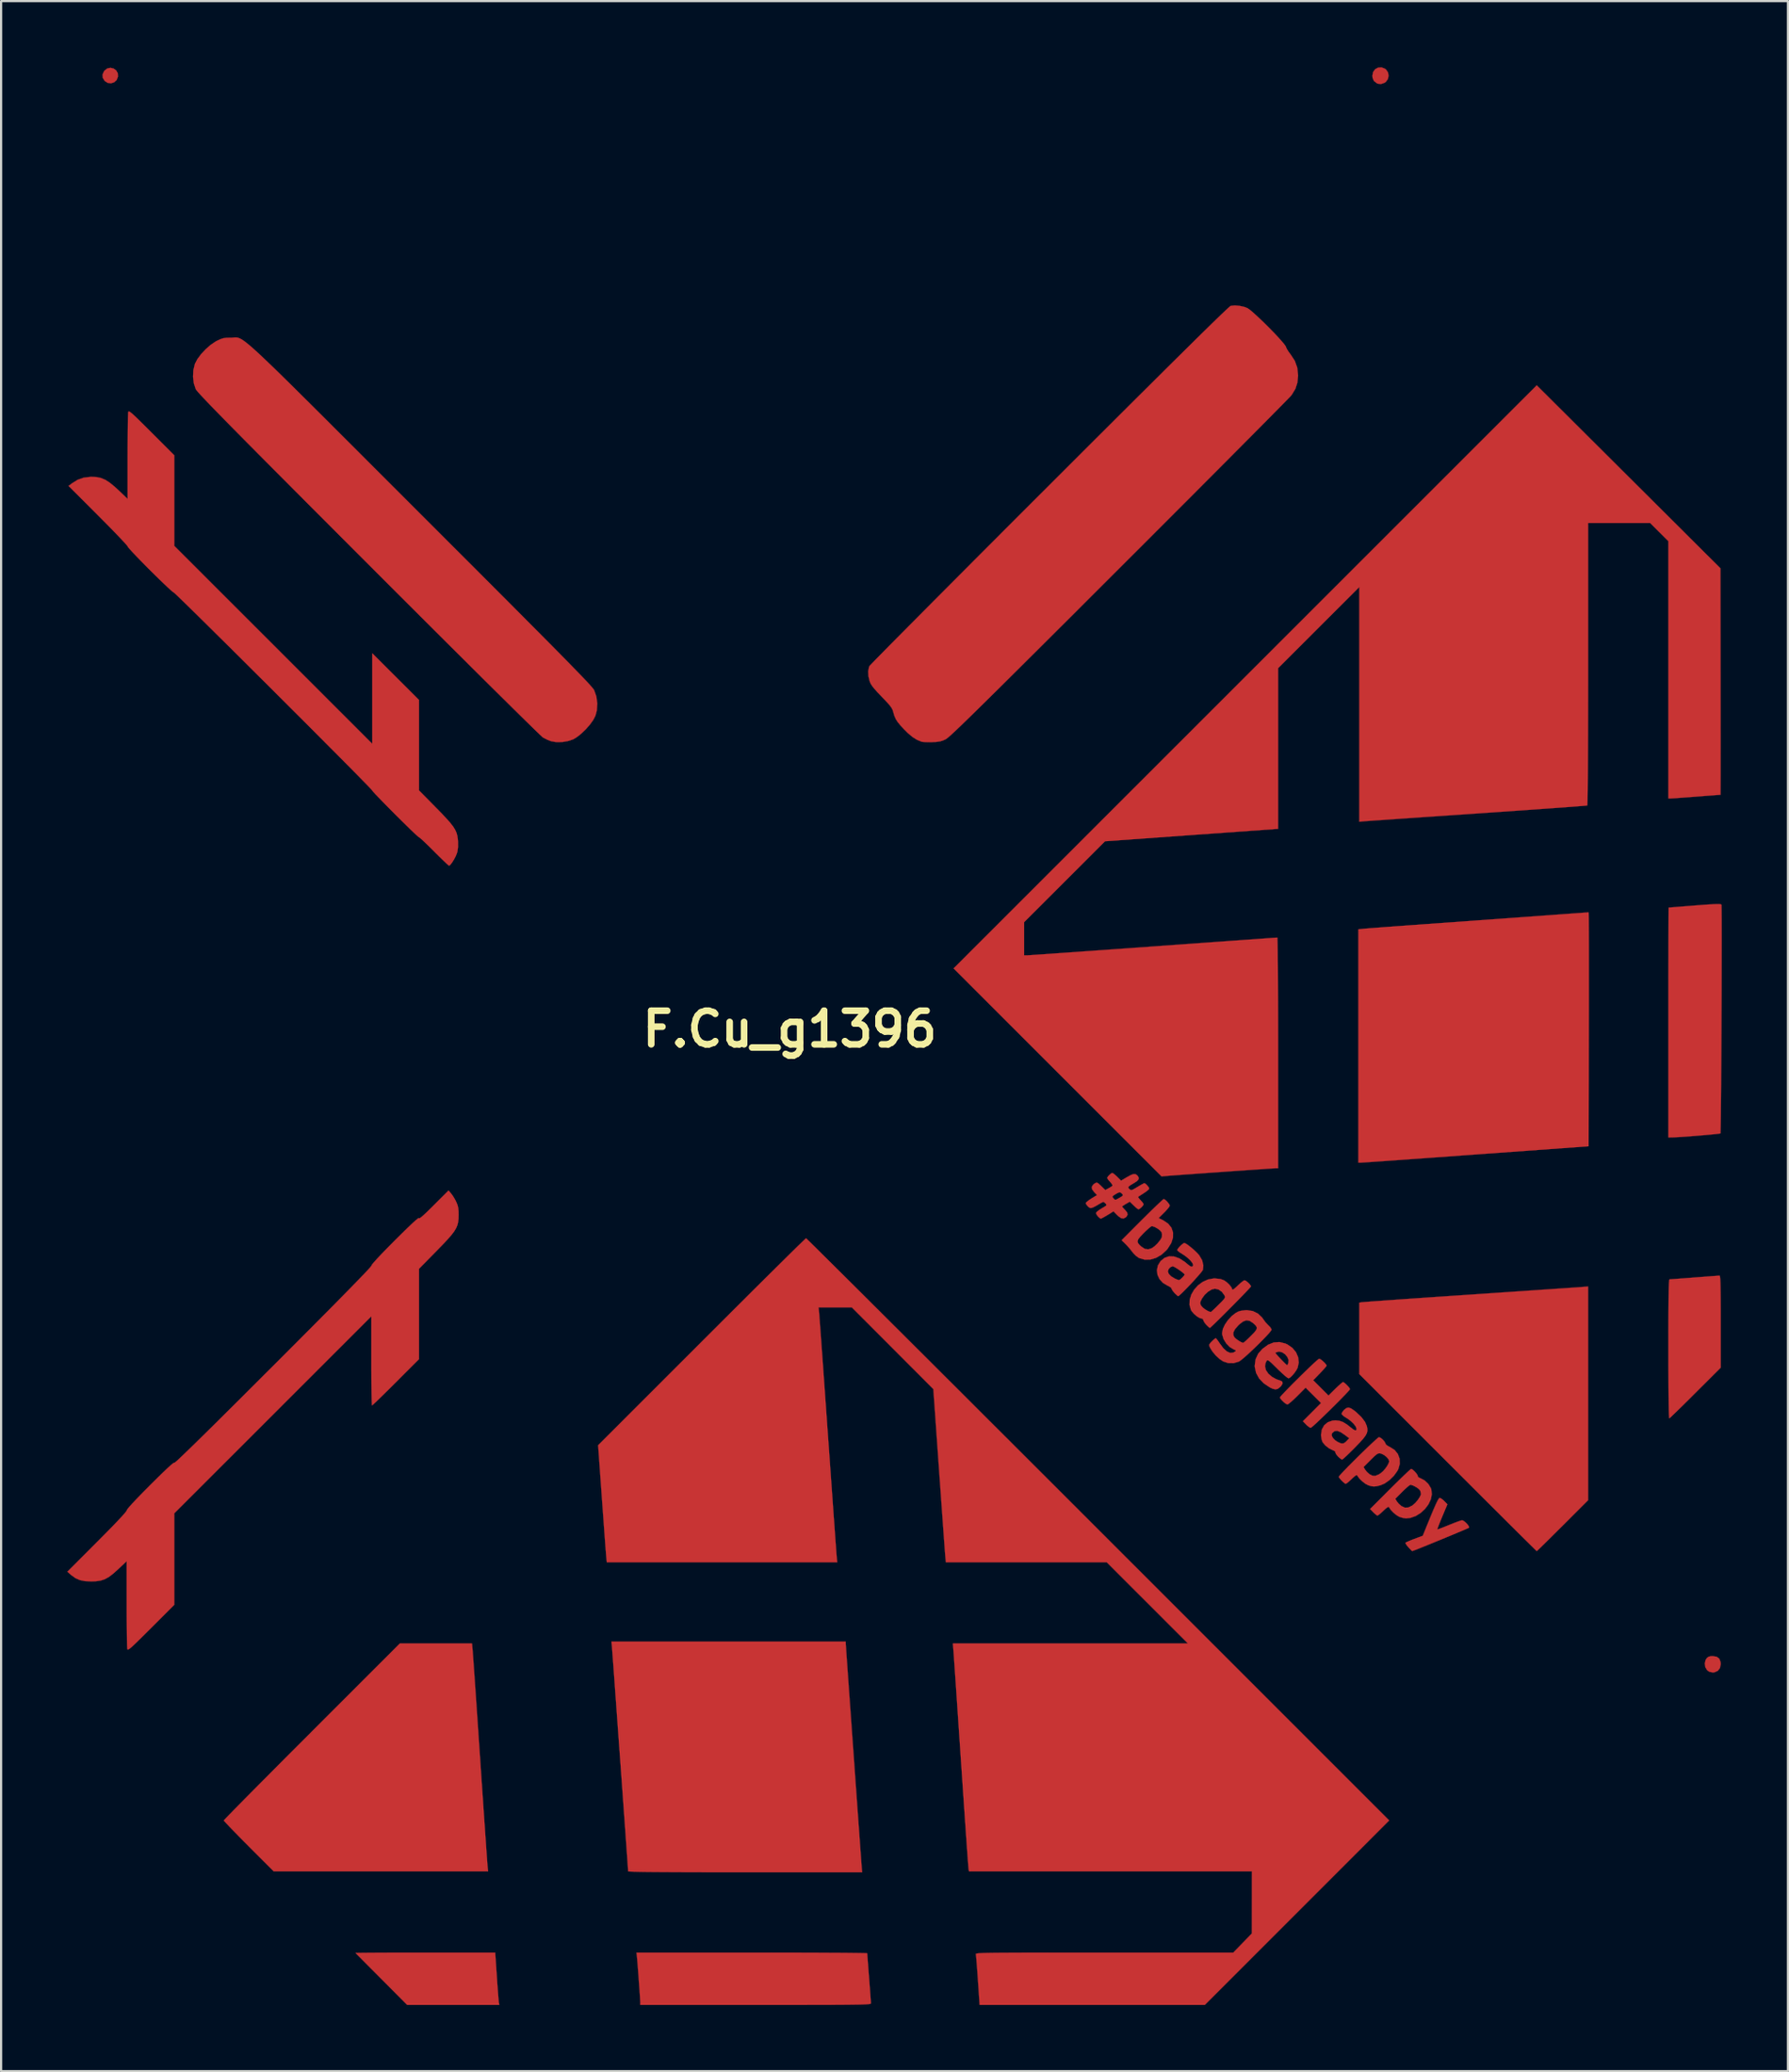
<source format=kicad_pcb>
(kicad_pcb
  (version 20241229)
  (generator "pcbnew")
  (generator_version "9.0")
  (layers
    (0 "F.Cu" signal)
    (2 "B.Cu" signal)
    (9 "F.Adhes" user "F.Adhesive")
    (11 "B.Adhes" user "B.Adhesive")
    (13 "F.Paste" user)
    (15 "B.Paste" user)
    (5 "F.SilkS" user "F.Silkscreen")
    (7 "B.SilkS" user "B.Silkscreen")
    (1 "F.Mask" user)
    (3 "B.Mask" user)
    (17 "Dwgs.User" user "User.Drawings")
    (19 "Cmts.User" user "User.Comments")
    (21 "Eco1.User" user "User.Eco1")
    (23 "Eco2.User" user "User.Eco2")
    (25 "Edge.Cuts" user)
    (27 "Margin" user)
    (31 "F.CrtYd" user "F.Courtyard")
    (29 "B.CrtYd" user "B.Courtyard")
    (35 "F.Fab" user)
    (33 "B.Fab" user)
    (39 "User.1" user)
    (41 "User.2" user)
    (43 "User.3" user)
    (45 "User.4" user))
  (footprint "F.Cu_g1396"
    (layer "F.Cu")
    (at 32.75 43.607)
    (property "Reference" "F.Cu_g1396" (at 0 0 0) (layer "F.SilkS") (effects (font (size 1.524 1.524) (thickness 0.3))))
    (attr through_hole)
    (fp_poly (pts (xy -30.649 -43.549) (xy -30.535 -43.466) (xy -30.463 -43.341) (xy -30.453 -43.183) (xy -30.514 -43.029) (xy -30.626 -42.926) (xy -30.768 -42.881) (xy -30.919 -42.901) (xy -31.053 -42.988) (xy -31.14 -43.127) (xy -31.149 -43.281) (xy -31.078 -43.435) (xy -31.057 -43.461) (xy -30.93 -43.556) (xy -30.787 -43.582) (xy -30.649 -43.549)) (stroke (width 0.01) (type solid)) (fill yes) (layer "F.Cu"))
    (fp_poly (pts (xy 26.984 -43.543) (xy 27.03 -43.508) (xy 27.121 -43.381) (xy 27.149 -43.227) (xy 27.118 -43.075) (xy 27.03 -42.949) (xy 26.965 -42.904) (xy 26.806 -42.848) (xy 26.666 -42.863) (xy 26.607 -42.89) (xy 26.483 -42.989) (xy 26.425 -43.126) (xy 26.416 -43.232) (xy 26.451 -43.399) (xy 26.545 -43.522) (xy 26.677 -43.592) (xy 26.83 -43.602) (xy 26.984 -43.543)) (stroke (width 0.01) (type solid)) (fill yes) (layer "F.Cu"))
    (fp_poly (pts (xy 42.024 28.455) (xy 42.14 28.542) (xy 42.198 28.689) (xy 42.206 28.793) (xy 42.171 28.967) (xy 42.073 29.094) (xy 41.924 29.16) (xy 41.846 29.168) (xy 41.685 29.133) (xy 41.591 29.064) (xy 41.509 28.927) (xy 41.485 28.761) (xy 41.523 28.6) (xy 41.568 28.527) (xy 41.642 28.461) (xy 41.744 28.431) (xy 41.846 28.427) (xy 42.024 28.455)) (stroke (width 0.01) (type solid)) (fill yes) (layer "F.Cu"))
    (fp_poly (pts (xy -13.277 42.958) (xy -13.257 43.258) (xy -13.237 43.533) (xy -13.218 43.773) (xy -13.203 43.963) (xy -13.191 44.091) (xy -13.184 44.143) (xy -13.164 44.238) (xy -17.342 44.238) (xy -18.503 43.072) (xy -18.76 42.813) (xy -18.999 42.573) (xy -19.212 42.359) (xy -19.393 42.176) (xy -19.536 42.033) (xy -19.633 41.935) (xy -19.679 41.889) (xy -19.681 41.886) (xy -19.643 41.883) (xy -19.527 41.88) (xy -19.338 41.878) (xy -19.085 41.875) (xy -18.773 41.873) (xy -18.409 41.871) (xy -17.999 41.87) (xy -17.55 41.869) (xy -17.068 41.868) (xy -16.56 41.868) (xy -16.525 41.868) (xy -13.351 41.868) (xy -13.277 42.958)) (stroke (width 0.01) (type solid)) (fill yes) (layer "F.Cu"))
    (fp_poly (pts (xy 42.166 11.193) (xy 42.176 11.247) (xy 42.185 11.344) (xy 42.192 11.49) (xy 42.197 11.69) (xy 42.201 11.951) (xy 42.204 12.278) (xy 42.206 12.677) (xy 42.206 13.154) (xy 42.206 13.263) (xy 42.206 15.349) (xy 41.062 16.491) (xy 40.806 16.746) (xy 40.567 16.983) (xy 40.353 17.193) (xy 40.17 17.371) (xy 40.026 17.51) (xy 39.927 17.604) (xy 39.879 17.645) (xy 39.877 17.646) (xy 39.869 17.607) (xy 39.861 17.485) (xy 39.854 17.281) (xy 39.849 16.998) (xy 39.844 16.635) (xy 39.84 16.196) (xy 39.838 15.682) (xy 39.836 15.094) (xy 39.836 14.503) (xy 39.836 13.888) (xy 39.837 13.353) (xy 39.838 12.893) (xy 39.841 12.503) (xy 39.844 12.179) (xy 39.848 11.916) (xy 39.853 11.709) (xy 39.859 11.554) (xy 39.866 11.445) (xy 39.874 11.378) (xy 39.884 11.348) (xy 39.889 11.345) (xy 39.944 11.342) (xy 40.071 11.333) (xy 40.26 11.319) (xy 40.497 11.301) (xy 40.77 11.281) (xy 41.021 11.261) (xy 41.316 11.238) (xy 41.585 11.218) (xy 41.815 11.2) (xy 41.995 11.187) (xy 42.112 11.179) (xy 42.153 11.176) (xy 42.166 11.193)) (stroke (width 0.01) (type solid)) (fill yes) (layer "F.Cu"))
    (fp_poly (pts (xy -14.376 28.141) (xy -14.369 28.221) (xy -14.358 28.38) (xy -14.341 28.612) (xy -14.32 28.91) (xy -14.295 29.27) (xy -14.266 29.685) (xy -14.234 30.15) (xy -14.199 30.658) (xy -14.162 31.204) (xy -14.123 31.781) (xy -14.082 32.386) (xy -14.039 33.01) (xy -14.034 33.084) (xy -13.992 33.708) (xy -13.951 34.312) (xy -13.911 34.89) (xy -13.874 35.436) (xy -13.839 35.944) (xy -13.807 36.408) (xy -13.778 36.823) (xy -13.753 37.183) (xy -13.732 37.482) (xy -13.715 37.715) (xy -13.703 37.875) (xy -13.697 37.958) (xy -13.696 37.962) (xy -13.673 38.185) (xy -23.39 38.185) (xy -24.522 37.052) (xy -24.776 36.797) (xy -25.01 36.559) (xy -25.218 36.346) (xy -25.393 36.165) (xy -25.528 36.022) (xy -25.617 35.925) (xy -25.653 35.879) (xy -25.654 35.877) (xy -25.625 35.843) (xy -25.539 35.752) (xy -25.4 35.608) (xy -25.212 35.415) (xy -24.977 35.177) (xy -24.7 34.896) (xy -24.384 34.577) (xy -24.033 34.222) (xy -23.649 33.836) (xy -23.237 33.421) (xy -22.799 32.982) (xy -22.34 32.522) (xy -21.862 32.044) (xy -21.664 31.845) (xy -17.674 27.855) (xy -14.402 27.855) (xy -14.376 28.141)) (stroke (width 0.01) (type solid)) (fill yes) (layer "F.Cu"))
    (fp_poly (pts (xy 36.195 21.358) (xy 35.041 22.511) (xy 34.784 22.767) (xy 34.546 23.004) (xy 34.333 23.214) (xy 34.153 23.392) (xy 34.01 23.53) (xy 33.914 23.623) (xy 33.869 23.663) (xy 33.866 23.664) (xy 33.834 23.635) (xy 33.746 23.549) (xy 33.605 23.41) (xy 33.415 23.222) (xy 33.178 22.988) (xy 32.899 22.711) (xy 32.582 22.395) (xy 32.228 22.043) (xy 31.843 21.659) (xy 31.429 21.247) (xy 30.991 20.809) (xy 30.531 20.349) (xy 30.052 19.871) (xy 29.834 19.653) (xy 25.823 15.642) (xy 25.823 12.405) (xy 25.919 12.386) (xy 25.973 12.38) (xy 26.106 12.37) (xy 26.312 12.354) (xy 26.587 12.334) (xy 26.924 12.31) (xy 27.319 12.282) (xy 27.765 12.25) (xy 28.257 12.216) (xy 28.79 12.179) (xy 29.359 12.14) (xy 29.957 12.099) (xy 30.579 12.057) (xy 30.776 12.044) (xy 31.411 12.001) (xy 32.026 11.959) (xy 32.616 11.919) (xy 33.176 11.881) (xy 33.7 11.845) (xy 34.181 11.812) (xy 34.614 11.783) (xy 34.993 11.757) (xy 35.312 11.735) (xy 35.566 11.718) (xy 35.749 11.705) (xy 35.854 11.697) (xy 35.867 11.696) (xy 36.195 11.671) (xy 36.195 21.358)) (stroke (width 0.01) (type solid)) (fill yes) (layer "F.Cu"))
    (fp_poly (pts (xy 29.533 21.28) (xy 29.627 21.352) (xy 29.674 21.398) (xy 29.816 21.544) (xy 29.58 22.107) (xy 29.497 22.307) (xy 29.429 22.478) (xy 29.381 22.606) (xy 29.359 22.675) (xy 29.358 22.683) (xy 29.4 22.673) (xy 29.505 22.636) (xy 29.658 22.577) (xy 29.845 22.501) (xy 29.892 22.482) (xy 30.091 22.402) (xy 30.265 22.336) (xy 30.399 22.289) (xy 30.474 22.268) (xy 30.48 22.267) (xy 30.551 22.294) (xy 30.637 22.362) (xy 30.721 22.448) (xy 30.782 22.533) (xy 30.8 22.594) (xy 30.795 22.605) (xy 30.75 22.627) (xy 30.638 22.677) (xy 30.47 22.748) (xy 30.259 22.837) (xy 30.014 22.94) (xy 29.748 23.05) (xy 29.472 23.164) (xy 29.197 23.276) (xy 28.936 23.383) (xy 28.698 23.479) (xy 28.496 23.56) (xy 28.342 23.62) (xy 28.245 23.656) (xy 28.219 23.664) (xy 28.185 23.636) (xy 28.113 23.562) (xy 28.049 23.493) (xy 27.967 23.393) (xy 27.92 23.317) (xy 27.915 23.289) (xy 27.962 23.26) (xy 28.069 23.212) (xy 28.219 23.15) (xy 28.317 23.113) (xy 28.699 22.971) (xy 29.05 22.111) (xy 29.182 21.793) (xy 29.288 21.552) (xy 29.369 21.384) (xy 29.428 21.285) (xy 29.466 21.252) (xy 29.466 21.252) (xy 29.533 21.28)) (stroke (width 0.01) (type solid)) (fill yes) (layer "F.Cu"))
    (fp_poly (pts (xy -1.057 41.868) (xy -0.423 41.869) (xy 0.182 41.87) (xy 0.753 41.871) (xy 1.284 41.873) (xy 1.772 41.876) (xy 2.209 41.878) (xy 2.593 41.881) (xy 2.917 41.885) (xy 3.176 41.888) (xy 3.365 41.892) (xy 3.479 41.896) (xy 3.514 41.899) (xy 3.517 41.949) (xy 3.526 42.071) (xy 3.54 42.254) (xy 3.557 42.487) (xy 3.578 42.757) (xy 3.598 43.011) (xy 3.621 43.307) (xy 3.641 43.579) (xy 3.659 43.813) (xy 3.672 43.997) (xy 3.68 44.119) (xy 3.683 44.164) (xy 3.679 44.175) (xy 3.667 44.185) (xy 3.64 44.194) (xy 3.596 44.202) (xy 3.529 44.208) (xy 3.435 44.214) (xy 3.31 44.219) (xy 3.149 44.224) (xy 2.948 44.227) (xy 2.703 44.23) (xy 2.409 44.233) (xy 2.061 44.235) (xy 1.657 44.236) (xy 1.19 44.237) (xy 0.657 44.238) (xy 0.053 44.238) (xy -0.625 44.238) (xy -1.384 44.238) (xy -1.545 44.238) (xy -6.773 44.238) (xy -6.773 44.122) (xy -6.777 44.043) (xy -6.785 43.895) (xy -6.798 43.693) (xy -6.815 43.454) (xy -6.834 43.193) (xy -6.853 42.925) (xy -6.873 42.666) (xy -6.891 42.432) (xy -6.907 42.237) (xy -6.92 42.099) (xy -6.921 42.09) (xy -6.943 41.868) (xy -1.715 41.868) (xy -1.057 41.868)) (stroke (width 0.01) (type solid)) (fill yes) (layer "F.Cu"))
    (fp_poly (pts (xy 36.219 -5.25) (xy 36.221 -5.129) (xy 36.223 -4.933) (xy 36.225 -4.668) (xy 36.227 -4.339) (xy 36.228 -3.95) (xy 36.229 -3.507) (xy 36.229 -3.015) (xy 36.229 -2.478) (xy 36.229 -1.902) (xy 36.229 -1.293) (xy 36.228 -0.654) (xy 36.227 0.008) (xy 36.227 0.01) (xy 36.216 5.311) (xy 31.136 5.68) (xy 30.486 5.727) (xy 29.857 5.773) (xy 29.256 5.816) (xy 28.687 5.857) (xy 28.156 5.895) (xy 27.669 5.93) (xy 27.23 5.961) (xy 26.845 5.988) (xy 26.519 6.011) (xy 26.259 6.029) (xy 26.068 6.042) (xy 25.952 6.049) (xy 25.919 6.051) (xy 25.781 6.054) (xy 25.781 -4.524) (xy 26.003 -4.548) (xy 26.09 -4.556) (xy 26.251 -4.569) (xy 26.478 -4.586) (xy 26.762 -4.608) (xy 27.094 -4.633) (xy 27.464 -4.66) (xy 27.862 -4.689) (xy 28.28 -4.719) (xy 28.3 -4.72) (xy 28.726 -4.751) (xy 29.222 -4.786) (xy 29.772 -4.826) (xy 30.361 -4.868) (xy 30.974 -4.913) (xy 31.597 -4.958) (xy 32.212 -5.002) (xy 32.807 -5.045) (xy 33.285 -5.08) (xy 33.773 -5.115) (xy 34.236 -5.149) (xy 34.667 -5.18) (xy 35.059 -5.209) (xy 35.406 -5.234) (xy 35.699 -5.255) (xy 35.934 -5.272) (xy 36.102 -5.284) (xy 36.197 -5.29) (xy 36.217 -5.292) (xy 36.219 -5.25)) (stroke (width 0.01) (type solid)) (fill yes) (layer "F.Cu"))
    (fp_poly (pts (xy 24.068 14.972) (xy 24.159 15.042) (xy 24.251 15.129) (xy 24.32 15.211) (xy 24.342 15.257) (xy 24.314 15.3) (xy 24.239 15.389) (xy 24.129 15.509) (xy 24.037 15.606) (xy 23.732 15.92) (xy 24.079 16.267) (xy 24.426 16.614) (xy 24.734 16.308) (xy 24.867 16.18) (xy 24.98 16.079) (xy 25.059 16.016) (xy 25.086 16.002) (xy 25.141 16.031) (xy 25.224 16.103) (xy 25.311 16.192) (xy 25.378 16.275) (xy 25.4 16.322) (xy 25.371 16.365) (xy 25.289 16.458) (xy 25.165 16.59) (xy 25.007 16.753) (xy 24.825 16.937) (xy 24.628 17.133) (xy 24.426 17.333) (xy 24.227 17.526) (xy 24.042 17.703) (xy 23.879 17.857) (xy 23.748 17.976) (xy 23.658 18.052) (xy 23.619 18.076) (xy 23.553 18.048) (xy 23.459 17.975) (xy 23.41 17.927) (xy 23.265 17.778) (xy 24.088 16.953) (xy 23.738 16.604) (xy 23.387 16.256) (xy 23.008 16.637) (xy 22.859 16.782) (xy 22.727 16.901) (xy 22.624 16.984) (xy 22.565 17.018) (xy 22.562 17.018) (xy 22.497 16.989) (xy 22.406 16.919) (xy 22.314 16.83) (xy 22.245 16.747) (xy 22.225 16.701) (xy 22.254 16.657) (xy 22.335 16.565) (xy 22.46 16.433) (xy 22.617 16.27) (xy 22.799 16.085) (xy 22.996 15.889) (xy 23.198 15.689) (xy 23.396 15.496) (xy 23.581 15.318) (xy 23.744 15.164) (xy 23.875 15.045) (xy 23.965 14.968) (xy 24.004 14.944) (xy 24.068 14.972)) (stroke (width 0.01) (type solid)) (fill yes) (layer "F.Cu"))
    (fp_poly (pts (xy 17.021 7.736) (xy 17.104 7.812) (xy 17.18 7.904) (xy 17.226 7.984) (xy 17.23 8.005) (xy 17.201 8.062) (xy 17.125 8.158) (xy 17.017 8.277) (xy 16.977 8.317) (xy 16.725 8.567) (xy 16.945 8.676) (xy 17.162 8.824) (xy 17.307 9.008) (xy 17.379 9.221) (xy 17.376 9.454) (xy 17.297 9.698) (xy 17.142 9.947) (xy 17.083 10.019) (xy 16.858 10.226) (xy 16.609 10.37) (xy 16.35 10.447) (xy 16.094 10.453) (xy 15.853 10.384) (xy 15.821 10.368) (xy 15.699 10.281) (xy 15.577 10.158) (xy 15.536 10.106) (xy 15.43 9.97) (xy 15.3 9.821) (xy 15.23 9.748) (xy 15.096 9.615) (xy 15.769 9.615) (xy 15.789 9.698) (xy 15.861 9.786) (xy 15.942 9.861) (xy 16.099 9.963) (xy 16.254 9.985) (xy 16.42 9.93) (xy 16.539 9.846) (xy 16.667 9.723) (xy 16.781 9.586) (xy 16.858 9.461) (xy 16.874 9.417) (xy 16.878 9.293) (xy 16.856 9.206) (xy 16.789 9.127) (xy 16.675 9.041) (xy 16.546 8.97) (xy 16.434 8.934) (xy 16.415 8.932) (xy 16.364 8.961) (xy 16.269 9.038) (xy 16.146 9.15) (xy 16.049 9.245) (xy 15.897 9.404) (xy 15.804 9.522) (xy 15.769 9.615) (xy 15.096 9.615) (xy 15.05 9.569) (xy 15.98 8.637) (xy 16.212 8.407) (xy 16.425 8.197) (xy 16.612 8.016) (xy 16.767 7.869) (xy 16.88 7.765) (xy 16.945 7.711) (xy 16.957 7.705) (xy 17.021 7.736)) (stroke (width 0.01) (type solid)) (fill yes) (layer "F.Cu"))
    (fp_poly (pts (xy 42.142 -5.667) (xy 42.204 -5.66) (xy 42.234 -5.646) (xy 42.238 -5.639) (xy 42.242 -5.588) (xy 42.244 -5.46) (xy 42.246 -5.259) (xy 42.248 -4.994) (xy 42.249 -4.669) (xy 42.25 -4.291) (xy 42.25 -3.867) (xy 42.249 -3.403) (xy 42.248 -2.904) (xy 42.247 -2.378) (xy 42.246 -1.831) (xy 42.244 -1.268) (xy 42.241 -0.696) (xy 42.239 -0.122) (xy 42.236 0.449) (xy 42.233 1.01) (xy 42.23 1.554) (xy 42.226 2.076) (xy 42.223 2.57) (xy 42.219 3.028) (xy 42.215 3.445) (xy 42.212 3.814) (xy 42.208 4.129) (xy 42.204 4.385) (xy 42.2 4.574) (xy 42.196 4.69) (xy 42.193 4.727) (xy 42.145 4.737) (xy 42.027 4.752) (xy 41.852 4.77) (xy 41.633 4.791) (xy 41.384 4.813) (xy 41.12 4.835) (xy 40.852 4.857) (xy 40.597 4.876) (xy 40.366 4.891) (xy 40.174 4.902) (xy 40.034 4.908) (xy 40.016 4.908) (xy 39.836 4.911) (xy 39.836 -0.296) (xy 39.836 -0.953) (xy 39.836 -1.586) (xy 39.836 -2.189) (xy 39.837 -2.759) (xy 39.838 -3.289) (xy 39.838 -3.775) (xy 39.839 -4.212) (xy 39.84 -4.594) (xy 39.841 -4.916) (xy 39.843 -5.174) (xy 39.844 -5.362) (xy 39.845 -5.474) (xy 39.846 -5.507) (xy 39.889 -5.512) (xy 40.006 -5.522) (xy 40.186 -5.536) (xy 40.418 -5.555) (xy 40.69 -5.576) (xy 40.993 -5.6) (xy 41.037 -5.604) (xy 41.392 -5.631) (xy 41.672 -5.65) (xy 41.884 -5.663) (xy 42.038 -5.668) (xy 42.142 -5.667)) (stroke (width 0.01) (type solid)) (fill yes) (layer "F.Cu"))
    (fp_poly (pts (xy 2.54 27.864) (xy 2.543 27.914) (xy 2.552 28.042) (xy 2.565 28.242) (xy 2.584 28.508) (xy 2.607 28.832) (xy 2.633 29.209) (xy 2.663 29.633) (xy 2.696 30.096) (xy 2.732 30.594) (xy 2.769 31.118) (xy 2.808 31.664) (xy 2.848 32.225) (xy 2.889 32.794) (xy 2.93 33.365) (xy 2.97 33.931) (xy 3.01 34.487) (xy 3.049 35.027) (xy 3.086 35.542) (xy 3.121 36.029) (xy 3.154 36.479) (xy 3.183 36.887) (xy 3.209 37.246) (xy 3.231 37.55) (xy 3.249 37.793) (xy 3.262 37.968) (xy 3.27 38.068) (xy 3.283 38.227) (xy -2.02 38.227) (xy -2.907 38.227) (xy -3.71 38.226) (xy -4.429 38.224) (xy -5.067 38.222) (xy -5.624 38.219) (xy -6.1 38.216) (xy -6.497 38.212) (xy -6.815 38.207) (xy -7.056 38.201) (xy -7.219 38.195) (xy -7.307 38.188) (xy -7.324 38.183) (xy -7.327 38.133) (xy -7.335 38.004) (xy -7.349 37.803) (xy -7.368 37.537) (xy -7.391 37.212) (xy -7.418 36.834) (xy -7.448 36.41) (xy -7.481 35.946) (xy -7.517 35.448) (xy -7.555 34.923) (xy -7.594 34.377) (xy -7.634 33.817) (xy -7.675 33.248) (xy -7.717 32.677) (xy -7.758 32.111) (xy -7.798 31.555) (xy -7.837 31.017) (xy -7.874 30.502) (xy -7.91 30.017) (xy -7.942 29.568) (xy -7.972 29.161) (xy -7.998 28.804) (xy -8.021 28.502) (xy -8.039 28.261) (xy -8.052 28.088) (xy -8.059 27.99) (xy -8.061 27.972) (xy -8.082 27.771) (xy 2.54 27.771) (xy 2.54 27.864)) (stroke (width 0.01) (type solid)) (fill yes) (layer "F.Cu"))
    (fp_poly (pts (xy 22.471 14.254) (xy 22.569 14.3) (xy 22.792 14.455) (xy 22.955 14.654) (xy 23.051 14.88) (xy 23.076 15.121) (xy 23.027 15.352) (xy 22.967 15.467) (xy 22.879 15.593) (xy 22.779 15.71) (xy 22.686 15.797) (xy 22.617 15.833) (xy 22.614 15.833) (xy 22.561 15.804) (xy 22.46 15.725) (xy 22.327 15.607) (xy 22.172 15.461) (xy 22.11 15.4) (xy 21.94 15.232) (xy 21.82 15.117) (xy 21.738 15.048) (xy 21.685 15.017) (xy 21.649 15.017) (xy 21.622 15.04) (xy 21.613 15.051) (xy 21.57 15.149) (xy 21.549 15.278) (xy 21.549 15.291) (xy 21.587 15.456) (xy 21.695 15.617) (xy 21.858 15.761) (xy 22.062 15.875) (xy 22.236 15.933) (xy 22.329 15.982) (xy 22.346 16.063) (xy 22.287 16.17) (xy 22.233 16.227) (xy 22.125 16.31) (xy 22.018 16.334) (xy 21.889 16.302) (xy 21.767 16.244) (xy 21.489 16.058) (xy 21.279 15.836) (xy 21.143 15.587) (xy 21.084 15.316) (xy 21.082 15.255) (xy 21.12 14.972) (xy 21.235 14.721) (xy 21.276 14.673) (xy 22.016 14.673) (xy 22.036 14.707) (xy 22.101 14.784) (xy 22.195 14.888) (xy 22.302 15.001) (xy 22.407 15.108) (xy 22.493 15.192) (xy 22.546 15.237) (xy 22.553 15.24) (xy 22.575 15.205) (xy 22.607 15.132) (xy 22.616 15.001) (xy 22.561 14.866) (xy 22.461 14.744) (xy 22.334 14.657) (xy 22.198 14.622) (xy 22.14 14.629) (xy 22.054 14.655) (xy 22.016 14.673) (xy 21.276 14.673) (xy 21.428 14.498) (xy 21.684 14.31) (xy 21.943 14.207) (xy 22.205 14.188) (xy 22.471 14.254)) (stroke (width 0.01) (type solid)) (fill yes) (layer "F.Cu"))
    (fp_poly (pts (xy 28.234 19.968) (xy 28.315 20.038) (xy 28.396 20.127) (xy 28.456 20.211) (xy 28.475 20.267) (xy 28.474 20.271) (xy 28.492 20.309) (xy 28.569 20.353) (xy 28.596 20.362) (xy 28.789 20.465) (xy 28.955 20.625) (xy 29.069 20.816) (xy 29.086 20.864) (xy 29.111 21.087) (xy 29.065 21.317) (xy 28.958 21.544) (xy 28.801 21.754) (xy 28.605 21.935) (xy 28.381 22.075) (xy 28.14 22.16) (xy 27.945 22.182) (xy 27.805 22.163) (xy 27.653 22.117) (xy 27.622 22.104) (xy 27.492 22.024) (xy 27.356 21.909) (xy 27.239 21.784) (xy 27.169 21.674) (xy 27.167 21.668) (xy 27.128 21.662) (xy 27.04 21.721) (xy 26.917 21.833) (xy 26.802 21.94) (xy 26.706 22.019) (xy 26.649 22.055) (xy 26.645 22.056) (xy 26.593 22.027) (xy 26.508 21.956) (xy 26.457 21.907) (xy 26.313 21.757) (xy 26.776 21.294) (xy 27.455 21.294) (xy 27.524 21.41) (xy 27.606 21.513) (xy 27.717 21.612) (xy 27.735 21.625) (xy 27.887 21.695) (xy 28.042 21.689) (xy 28.213 21.606) (xy 28.244 21.585) (xy 28.357 21.485) (xy 28.467 21.357) (xy 28.558 21.224) (xy 28.611 21.112) (xy 28.617 21.073) (xy 28.597 20.967) (xy 28.574 20.91) (xy 28.507 20.84) (xy 28.395 20.763) (xy 28.268 20.696) (xy 28.162 20.661) (xy 28.142 20.659) (xy 28.09 20.687) (xy 27.996 20.764) (xy 27.872 20.877) (xy 27.77 20.976) (xy 27.455 21.294) (xy 26.776 21.294) (xy 27.221 20.848) (xy 27.45 20.621) (xy 27.66 20.415) (xy 27.844 20.237) (xy 27.995 20.094) (xy 28.105 19.993) (xy 28.166 19.943) (xy 28.175 19.939) (xy 28.234 19.968)) (stroke (width 0.01) (type solid)) (fill yes) (layer "F.Cu"))
    (fp_poly (pts (xy 25.443 17.193) (xy 25.582 17.286) (xy 25.669 17.355) (xy 25.914 17.586) (xy 26.081 17.806) (xy 26.162 17.992) (xy 26.187 18.11) (xy 26.19 18.216) (xy 26.163 18.32) (xy 26.101 18.435) (xy 25.997 18.572) (xy 25.844 18.742) (xy 25.636 18.958) (xy 25.619 18.976) (xy 25.445 19.15) (xy 25.291 19.3) (xy 25.165 19.418) (xy 25.077 19.493) (xy 25.041 19.516) (xy 24.985 19.487) (xy 24.899 19.416) (xy 24.853 19.371) (xy 24.776 19.278) (xy 24.738 19.206) (xy 24.739 19.185) (xy 24.722 19.145) (xy 24.646 19.102) (xy 24.631 19.096) (xy 24.453 19.008) (xy 24.288 18.881) (xy 24.168 18.74) (xy 24.151 18.711) (xy 24.112 18.592) (xy 24.09 18.44) (xy 24.089 18.429) (xy 24.57 18.429) (xy 24.624 18.534) (xy 24.727 18.641) (xy 24.853 18.722) (xy 24.993 18.781) (xy 25.096 18.785) (xy 25.191 18.729) (xy 25.247 18.674) (xy 25.365 18.551) (xy 25.163 18.397) (xy 24.973 18.27) (xy 24.822 18.213) (xy 24.702 18.225) (xy 24.604 18.306) (xy 24.579 18.342) (xy 24.57 18.429) (xy 24.089 18.429) (xy 24.088 18.385) (xy 24.125 18.152) (xy 24.231 17.961) (xy 24.395 17.824) (xy 24.607 17.749) (xy 24.735 17.738) (xy 24.913 17.755) (xy 25.08 17.813) (xy 25.26 17.923) (xy 25.408 18.039) (xy 25.546 18.146) (xy 25.635 18.194) (xy 25.682 18.185) (xy 25.696 18.121) (xy 25.696 18.12) (xy 25.662 18.019) (xy 25.569 17.896) (xy 25.435 17.767) (xy 25.277 17.651) (xy 25.226 17.621) (xy 25.112 17.546) (xy 25.037 17.476) (xy 25.019 17.439) (xy 25.048 17.369) (xy 25.119 17.278) (xy 25.143 17.253) (xy 25.24 17.18) (xy 25.334 17.158) (xy 25.443 17.193)) (stroke (width 0.01) (type solid)) (fill yes) (layer "F.Cu"))
    (fp_poly (pts (xy 26.79 18.531) (xy 26.882 18.608) (xy 26.964 18.701) (xy 27.008 18.784) (xy 27.01 18.798) (xy 27.046 18.848) (xy 27.138 18.911) (xy 27.218 18.951) (xy 27.425 19.083) (xy 27.571 19.264) (xy 27.65 19.477) (xy 27.658 19.71) (xy 27.591 19.947) (xy 27.547 20.033) (xy 27.388 20.253) (xy 27.189 20.448) (xy 26.974 20.598) (xy 26.795 20.677) (xy 26.616 20.723) (xy 26.481 20.737) (xy 26.353 20.72) (xy 26.226 20.68) (xy 26.1 20.613) (xy 25.961 20.507) (xy 25.835 20.385) (xy 25.747 20.27) (xy 25.729 20.233) (xy 25.698 20.218) (xy 25.629 20.258) (xy 25.515 20.358) (xy 25.478 20.394) (xy 25.362 20.501) (xy 25.267 20.58) (xy 25.21 20.616) (xy 25.206 20.616) (xy 25.151 20.587) (xy 25.068 20.515) (xy 24.981 20.426) (xy 24.914 20.344) (xy 24.892 20.296) (xy 24.921 20.253) (xy 25.003 20.161) (xy 25.127 20.028) (xy 25.286 19.865) (xy 25.296 19.854) (xy 26.015 19.854) (xy 26.084 19.97) (xy 26.167 20.074) (xy 26.278 20.173) (xy 26.294 20.185) (xy 26.423 20.249) (xy 26.55 20.253) (xy 26.697 20.193) (xy 26.788 20.137) (xy 26.898 20.043) (xy 27.01 19.914) (xy 27.105 19.774) (xy 27.165 19.65) (xy 27.178 19.589) (xy 27.143 19.497) (xy 27.054 19.394) (xy 26.935 19.303) (xy 26.81 19.244) (xy 26.79 19.239) (xy 26.727 19.231) (xy 26.669 19.243) (xy 26.6 19.285) (xy 26.505 19.367) (xy 26.37 19.499) (xy 26.337 19.532) (xy 26.015 19.854) (xy 25.296 19.854) (xy 25.469 19.679) (xy 25.667 19.481) (xy 25.872 19.279) (xy 26.074 19.083) (xy 26.263 18.901) (xy 26.431 18.743) (xy 26.568 18.617) (xy 26.666 18.533) (xy 26.714 18.5) (xy 26.715 18.5) (xy 26.79 18.531)) (stroke (width 0.01) (type solid)) (fill yes) (layer "F.Cu"))
    (fp_poly (pts (xy 17.955 9.723) (xy 18.065 9.796) (xy 18.198 9.9) (xy 18.337 10.02) (xy 18.464 10.141) (xy 18.561 10.249) (xy 18.566 10.256) (xy 18.697 10.48) (xy 18.752 10.712) (xy 18.734 10.909) (xy 18.699 10.967) (xy 18.617 11.07) (xy 18.499 11.207) (xy 18.357 11.366) (xy 18.201 11.535) (xy 18.043 11.702) (xy 17.894 11.854) (xy 17.765 11.981) (xy 17.668 12.069) (xy 17.614 12.107) (xy 17.61 12.107) (xy 17.568 12.08) (xy 17.491 12.009) (xy 17.45 11.968) (xy 17.368 11.871) (xy 17.32 11.789) (xy 17.314 11.767) (xy 17.278 11.716) (xy 17.187 11.656) (xy 17.124 11.627) (xy 16.916 11.503) (xy 16.764 11.334) (xy 16.673 11.137) (xy 16.655 10.985) (xy 17.145 10.985) (xy 17.184 11.096) (xy 17.292 11.208) (xy 17.453 11.306) (xy 17.484 11.32) (xy 17.592 11.366) (xy 17.655 11.377) (xy 17.709 11.348) (xy 17.788 11.274) (xy 17.788 11.274) (xy 17.864 11.193) (xy 17.905 11.136) (xy 17.907 11.128) (xy 17.874 11.085) (xy 17.79 11.015) (xy 17.676 10.931) (xy 17.554 10.85) (xy 17.446 10.786) (xy 17.373 10.754) (xy 17.364 10.753) (xy 17.265 10.789) (xy 17.182 10.875) (xy 17.145 10.98) (xy 17.145 10.985) (xy 16.655 10.985) (xy 16.648 10.925) (xy 16.692 10.715) (xy 16.81 10.522) (xy 16.812 10.519) (xy 16.991 10.372) (xy 17.196 10.302) (xy 17.422 10.31) (xy 17.664 10.394) (xy 17.916 10.555) (xy 18.062 10.679) (xy 18.17 10.758) (xy 18.248 10.771) (xy 18.286 10.717) (xy 18.288 10.688) (xy 18.255 10.603) (xy 18.166 10.491) (xy 18.039 10.37) (xy 17.891 10.256) (xy 17.793 10.194) (xy 17.674 10.119) (xy 17.593 10.053) (xy 17.568 10.016) (xy 17.598 9.957) (xy 17.669 9.871) (xy 17.758 9.783) (xy 17.841 9.716) (xy 17.888 9.695) (xy 17.955 9.723)) (stroke (width 0.01) (type solid)) (fill yes) (layer "F.Cu"))
    (fp_poly (pts (xy 19.534 11.332) (xy 19.684 11.387) (xy 19.809 11.471) (xy 19.927 11.582) (xy 20.019 11.698) (xy 20.064 11.797) (xy 20.066 11.814) (xy 20.093 11.813) (xy 20.165 11.762) (xy 20.269 11.67) (xy 20.311 11.63) (xy 20.433 11.517) (xy 20.538 11.432) (xy 20.61 11.39) (xy 20.62 11.388) (xy 20.688 11.417) (xy 20.778 11.488) (xy 20.86 11.573) (xy 20.909 11.648) (xy 20.913 11.666) (xy 20.884 11.703) (xy 20.804 11.791) (xy 20.681 11.921) (xy 20.525 12.083) (xy 20.343 12.269) (xy 20.146 12.47) (xy 19.941 12.676) (xy 19.738 12.88) (xy 19.546 13.071) (xy 19.373 13.242) (xy 19.228 13.383) (xy 19.12 13.485) (xy 19.058 13.54) (xy 19.047 13.547) (xy 19.007 13.519) (xy 18.931 13.449) (xy 18.889 13.407) (xy 18.807 13.308) (xy 18.759 13.221) (xy 18.754 13.195) (xy 18.719 13.134) (xy 18.675 13.123) (xy 18.572 13.092) (xy 18.445 13.011) (xy 18.319 12.901) (xy 18.219 12.782) (xy 18.189 12.73) (xy 18.125 12.503) (xy 18.128 12.42) (xy 18.61 12.42) (xy 18.629 12.491) (xy 18.652 12.538) (xy 18.724 12.622) (xy 18.841 12.712) (xy 18.97 12.787) (xy 19.08 12.825) (xy 19.091 12.826) (xy 19.128 12.798) (xy 19.211 12.723) (xy 19.327 12.612) (xy 19.438 12.502) (xy 19.581 12.359) (xy 19.672 12.261) (xy 19.72 12.194) (xy 19.734 12.144) (xy 19.722 12.097) (xy 19.704 12.062) (xy 19.589 11.908) (xy 19.437 11.805) (xy 19.28 11.769) (xy 19.133 11.804) (xy 18.972 11.9) (xy 18.819 12.039) (xy 18.697 12.204) (xy 18.684 12.228) (xy 18.628 12.344) (xy 18.61 12.42) (xy 18.128 12.42) (xy 18.134 12.267) (xy 18.207 12.032) (xy 18.336 11.812) (xy 18.51 11.617) (xy 18.723 11.46) (xy 18.963 11.352) (xy 19.224 11.304) (xy 19.272 11.303) (xy 19.534 11.332)) (stroke (width 0.01) (type solid)) (fill yes) (layer "F.Cu"))
    (fp_poly (pts (xy 20.995 12.783) (xy 21.228 12.897) (xy 21.417 13.078) (xy 21.466 13.149) (xy 21.565 13.285) (xy 21.683 13.413) (xy 21.705 13.434) (xy 21.791 13.524) (xy 21.84 13.606) (xy 21.844 13.627) (xy 21.814 13.681) (xy 21.732 13.782) (xy 21.608 13.919) (xy 21.452 14.081) (xy 21.276 14.259) (xy 21.09 14.441) (xy 20.903 14.618) (xy 20.728 14.78) (xy 20.573 14.916) (xy 20.451 15.015) (xy 20.375 15.066) (xy 20.131 15.143) (xy 19.878 15.14) (xy 19.653 15.066) (xy 19.492 14.959) (xy 19.322 14.803) (xy 19.17 14.624) (xy 19.06 14.449) (xy 19.058 14.446) (xy 19.021 14.36) (xy 19.021 14.3) (xy 19.065 14.234) (xy 19.135 14.16) (xy 19.225 14.074) (xy 19.292 14.021) (xy 19.311 14.012) (xy 19.349 14.045) (xy 19.416 14.131) (xy 19.487 14.236) (xy 19.655 14.464) (xy 19.817 14.612) (xy 19.969 14.68) (xy 20.111 14.665) (xy 20.174 14.629) (xy 20.225 14.586) (xy 20.213 14.557) (xy 20.13 14.521) (xy 20.13 14.521) (xy 19.948 14.413) (xy 19.789 14.249) (xy 19.669 14.053) (xy 19.616 13.878) (xy 20.113 13.878) (xy 20.163 13.975) (xy 20.233 14.041) (xy 20.339 14.117) (xy 20.45 14.184) (xy 20.537 14.221) (xy 20.554 14.224) (xy 20.6 14.196) (xy 20.691 14.119) (xy 20.811 14.007) (xy 20.907 13.912) (xy 21.057 13.757) (xy 21.146 13.645) (xy 21.179 13.557) (xy 21.158 13.48) (xy 21.084 13.396) (xy 20.995 13.318) (xy 20.848 13.225) (xy 20.706 13.203) (xy 20.557 13.254) (xy 20.39 13.381) (xy 20.335 13.434) (xy 20.187 13.605) (xy 20.114 13.75) (xy 20.113 13.878) (xy 19.616 13.878) (xy 19.607 13.849) (xy 19.602 13.78) (xy 19.636 13.596) (xy 19.731 13.393) (xy 19.871 13.19) (xy 20.041 13.007) (xy 20.227 12.863) (xy 20.342 12.803) (xy 20.468 12.768) (xy 20.632 12.747) (xy 20.734 12.742) (xy 20.995 12.783)) (stroke (width 0.01) (type solid)) (fill yes) (layer "F.Cu"))
    (fp_poly (pts (xy -25.08 -31.357) (xy -25.03 -31.349) (xy -24.977 -31.334) (xy -24.916 -31.308) (xy -24.847 -31.271) (xy -24.766 -31.219) (xy -24.672 -31.15) (xy -24.563 -31.063) (xy -24.435 -30.956) (xy -24.287 -30.826) (xy -24.117 -30.671) (xy -23.922 -30.489) (xy -23.7 -30.278) (xy -23.449 -30.037) (xy -23.166 -29.762) (xy -22.85 -29.452) (xy -22.498 -29.105) (xy -22.108 -28.718) (xy -21.677 -28.29) (xy -21.204 -27.819) (xy -20.685 -27.301) (xy -20.12 -26.736) (xy -19.505 -26.122) (xy -18.838 -25.455) (xy -18.118 -24.734) (xy -17.341 -23.958) (xy -16.736 -23.352) (xy -15.912 -22.528) (xy -15.146 -21.762) (xy -14.436 -21.052) (xy -13.78 -20.395) (xy -13.176 -19.79) (xy -12.622 -19.234) (xy -12.115 -18.725) (xy -11.655 -18.262) (xy -11.238 -17.842) (xy -10.863 -17.464) (xy -10.527 -17.124) (xy -10.229 -16.822) (xy -9.967 -16.555) (xy -9.739 -16.321) (xy -9.542 -16.118) (xy -9.375 -15.944) (xy -9.235 -15.796) (xy -9.121 -15.674) (xy -9.031 -15.574) (xy -8.961 -15.495) (xy -8.912 -15.435) (xy -8.88 -15.391) (xy -8.865 -15.367) (xy -8.764 -15.08) (xy -8.723 -14.762) (xy -8.744 -14.443) (xy -8.807 -14.207) (xy -8.905 -14.017) (xy -9.058 -13.805) (xy -9.247 -13.59) (xy -9.453 -13.393) (xy -9.657 -13.232) (xy -9.811 -13.141) (xy -10.048 -13.059) (xy -10.317 -13.015) (xy -10.584 -13.012) (xy -10.815 -13.052) (xy -10.825 -13.055) (xy -10.977 -13.115) (xy -11.139 -13.195) (xy -11.185 -13.221) (xy -11.231 -13.261) (xy -11.334 -13.357) (xy -11.491 -13.509) (xy -11.701 -13.713) (xy -11.96 -13.967) (xy -12.266 -14.268) (xy -12.617 -14.614) (xy -13.01 -15.003) (xy -13.443 -15.431) (xy -13.912 -15.896) (xy -14.416 -16.397) (xy -14.951 -16.93) (xy -15.516 -17.492) (xy -16.108 -18.082) (xy -16.724 -18.696) (xy -17.361 -19.333) (xy -18.018 -19.989) (xy -18.691 -20.662) (xy -19.097 -21.069) (xy -19.926 -21.898) (xy -20.696 -22.67) (xy -21.41 -23.385) (xy -22.07 -24.047) (xy -22.678 -24.658) (xy -23.236 -25.218) (xy -23.746 -25.73) (xy -24.209 -26.197) (xy -24.628 -26.619) (xy -25.005 -27) (xy -25.341 -27.341) (xy -25.639 -27.644) (xy -25.9 -27.91) (xy -26.126 -28.143) (xy -26.32 -28.344) (xy -26.483 -28.515) (xy -26.618 -28.657) (xy -26.726 -28.774) (xy -26.809 -28.866) (xy -26.869 -28.937) (xy -26.908 -28.987) (xy -26.928 -29.019) (xy -26.928 -29.02) (xy -27.014 -29.28) (xy -27.049 -29.578) (xy -27.033 -29.88) (xy -26.965 -30.156) (xy -26.965 -30.158) (xy -26.855 -30.37) (xy -26.687 -30.597) (xy -26.48 -30.82) (xy -26.252 -31.019) (xy -26.023 -31.175) (xy -25.956 -31.21) (xy -25.798 -31.283) (xy -25.668 -31.324) (xy -25.528 -31.342) (xy -25.341 -31.346) (xy -25.337 -31.346) (xy -25.277 -31.347) (xy -25.223 -31.351) (xy -25.174 -31.356) (xy -25.127 -31.358) (xy -25.08 -31.357)) (stroke (width 0.01) (type solid)) (fill yes) (layer "F.Cu"))
    (fp_poly (pts (xy -29.91 -27.982) (xy -29.846 -27.934) (xy -29.753 -27.852) (xy -29.624 -27.732) (xy -29.454 -27.567) (xy -29.237 -27.353) (xy -28.968 -27.084) (xy -28.929 -27.045) (xy -27.898 -26.014) (xy -27.898 -21.907) (xy -23.41 -17.42) (xy -18.923 -12.933) (xy -18.923 -17.039) (xy -17.865 -15.981) (xy -16.806 -14.923) (xy -16.806 -10.823) (xy -16.05 -10.056) (xy -15.776 -9.777) (xy -15.558 -9.545) (xy -15.389 -9.353) (xy -15.261 -9.189) (xy -15.17 -9.043) (xy -15.108 -8.907) (xy -15.069 -8.77) (xy -15.047 -8.622) (xy -15.037 -8.504) (xy -15.035 -8.257) (xy -15.063 -8.057) (xy -15.089 -7.967) (xy -15.144 -7.834) (xy -15.219 -7.691) (xy -15.301 -7.559) (xy -15.377 -7.458) (xy -15.434 -7.41) (xy -15.442 -7.408) (xy -15.48 -7.437) (xy -15.568 -7.517) (xy -15.698 -7.64) (xy -15.86 -7.798) (xy -16.046 -7.981) (xy -16.127 -8.063) (xy -16.319 -8.253) (xy -16.49 -8.419) (xy -16.632 -8.554) (xy -16.737 -8.648) (xy -16.794 -8.694) (xy -16.802 -8.696) (xy -16.836 -8.72) (xy -16.921 -8.795) (xy -17.049 -8.915) (xy -17.211 -9.071) (xy -17.399 -9.255) (xy -17.605 -9.458) (xy -17.821 -9.672) (xy -18.038 -9.89) (xy -18.249 -10.103) (xy -18.445 -10.302) (xy -18.618 -10.481) (xy -18.76 -10.629) (xy -18.862 -10.739) (xy -18.916 -10.804) (xy -18.923 -10.816) (xy -18.952 -10.852) (xy -19.038 -10.944) (xy -19.176 -11.087) (xy -19.362 -11.277) (xy -19.591 -11.512) (xy -19.861 -11.786) (xy -20.168 -12.095) (xy -20.506 -12.436) (xy -20.872 -12.804) (xy -21.262 -13.196) (xy -21.672 -13.607) (xy -22.098 -14.034) (xy -22.537 -14.472) (xy -22.983 -14.918) (xy -23.433 -15.367) (xy -23.883 -15.816) (xy -24.329 -16.26) (xy -24.766 -16.695) (xy -25.192 -17.118) (xy -25.601 -17.525) (xy -25.991 -17.91) (xy -26.356 -18.272) (xy -26.693 -18.604) (xy -26.997 -18.904) (xy -27.266 -19.168) (xy -27.494 -19.39) (xy -27.678 -19.569) (xy -27.814 -19.698) (xy -27.897 -19.775) (xy -27.924 -19.796) (xy -27.972 -19.828) (xy -28.07 -19.912) (xy -28.209 -20.04) (xy -28.381 -20.203) (xy -28.577 -20.392) (xy -28.788 -20.599) (xy -29.007 -20.816) (xy -29.223 -21.034) (xy -29.43 -21.245) (xy -29.618 -21.439) (xy -29.779 -21.609) (xy -29.905 -21.746) (xy -29.986 -21.841) (xy -30.014 -21.886) (xy -30.043 -21.928) (xy -30.127 -22.024) (xy -30.258 -22.166) (xy -30.431 -22.349) (xy -30.641 -22.566) (xy -30.88 -22.811) (xy -31.143 -23.078) (xy -31.352 -23.288) (xy -32.691 -24.627) (xy -32.546 -24.737) (xy -32.281 -24.904) (xy -32.005 -25.001) (xy -31.692 -25.037) (xy -31.644 -25.038) (xy -31.421 -25.027) (xy -31.222 -24.985) (xy -31.031 -24.906) (xy -30.833 -24.78) (xy -30.613 -24.601) (xy -30.413 -24.417) (xy -30.014 -24.035) (xy -30.014 -25.956) (xy -30.013 -26.354) (xy -30.011 -26.729) (xy -30.009 -27.072) (xy -30.005 -27.372) (xy -30.001 -27.622) (xy -29.996 -27.813) (xy -29.991 -27.934) (xy -29.987 -27.976) (xy -29.975 -27.998) (xy -29.951 -28.002) (xy -29.91 -27.982)) (stroke (width 0.01) (type solid)) (fill yes) (layer "F.Cu"))
    (fp_poly (pts (xy 20.403 -32.789) (xy 20.621 -32.739) (xy 20.748 -32.689) (xy 20.837 -32.63) (xy 20.969 -32.522) (xy 21.135 -32.374) (xy 21.324 -32.197) (xy 21.527 -32.001) (xy 21.734 -31.795) (xy 21.935 -31.59) (xy 22.119 -31.395) (xy 22.277 -31.22) (xy 22.399 -31.077) (xy 22.475 -30.974) (xy 22.495 -30.933) (xy 22.537 -30.839) (xy 22.616 -30.711) (xy 22.708 -30.588) (xy 22.897 -30.3) (xy 23.008 -29.993) (xy 23.045 -29.65) (xy 23.045 -29.612) (xy 23.014 -29.302) (xy 22.925 -29.031) (xy 22.768 -28.77) (xy 22.734 -28.726) (xy 22.69 -28.677) (xy 22.588 -28.572) (xy 22.431 -28.411) (xy 22.223 -28.199) (xy 21.964 -27.937) (xy 21.659 -27.628) (xy 21.31 -27.276) (xy 20.918 -26.881) (xy 20.487 -26.448) (xy 20.02 -25.978) (xy 19.519 -25.475) (xy 18.986 -24.94) (xy 18.424 -24.376) (xy 17.836 -23.787) (xy 17.224 -23.174) (xy 16.591 -22.541) (xy 15.94 -21.889) (xy 15.272 -21.222) (xy 14.935 -20.885) (xy 14.116 -20.067) (xy 13.356 -19.307) (xy 12.651 -18.603) (xy 11.999 -17.953) (xy 11.399 -17.355) (xy 10.848 -16.807) (xy 10.345 -16.306) (xy 9.887 -15.851) (xy 9.473 -15.44) (xy 9.1 -15.071) (xy 8.765 -14.741) (xy 8.468 -14.449) (xy 8.206 -14.192) (xy 7.977 -13.969) (xy 7.779 -13.777) (xy 7.609 -13.615) (xy 7.467 -13.48) (xy 7.349 -13.371) (xy 7.254 -13.286) (xy 7.179 -13.221) (xy 7.123 -13.176) (xy 7.083 -13.148) (xy 7.07 -13.141) (xy 6.934 -13.079) (xy 6.803 -13.042) (xy 6.646 -13.021) (xy 6.456 -13.011) (xy 6.272 -13.009) (xy 6.109 -13.015) (xy 5.994 -13.027) (xy 5.969 -13.034) (xy 5.764 -13.12) (xy 5.565 -13.246) (xy 5.352 -13.426) (xy 5.203 -13.574) (xy 5.024 -13.765) (xy 4.897 -13.92) (xy 4.808 -14.059) (xy 4.746 -14.201) (xy 4.697 -14.367) (xy 4.695 -14.376) (xy 4.668 -14.464) (xy 4.627 -14.549) (xy 4.562 -14.644) (xy 4.462 -14.762) (xy 4.32 -14.917) (xy 4.171 -15.071) (xy 3.976 -15.275) (xy 3.834 -15.435) (xy 3.734 -15.562) (xy 3.668 -15.668) (xy 3.627 -15.766) (xy 3.571 -15.999) (xy 3.56 -16.222) (xy 3.595 -16.409) (xy 3.617 -16.459) (xy 3.652 -16.499) (xy 3.744 -16.595) (xy 3.891 -16.747) (xy 4.091 -16.951) (xy 4.341 -17.205) (xy 4.638 -17.506) (xy 4.981 -17.852) (xy 5.366 -18.24) (xy 5.792 -18.669) (xy 6.255 -19.135) (xy 6.754 -19.636) (xy 7.285 -20.17) (xy 7.847 -20.733) (xy 8.436 -21.325) (xy 9.051 -21.941) (xy 9.689 -22.58) (xy 10.348 -23.239) (xy 11.024 -23.916) (xy 11.717 -24.607) (xy 11.777 -24.667) (xy 12.696 -25.586) (xy 13.556 -26.445) (xy 14.358 -27.245) (xy 15.103 -27.988) (xy 15.792 -28.674) (xy 16.426 -29.304) (xy 17.004 -29.879) (xy 17.529 -30.399) (xy 18.001 -30.866) (xy 18.42 -31.28) (xy 18.788 -31.642) (xy 19.106 -31.953) (xy 19.374 -32.214) (xy 19.592 -32.425) (xy 19.763 -32.587) (xy 19.887 -32.701) (xy 19.964 -32.769) (xy 19.994 -32.79) (xy 20.181 -32.808) (xy 20.403 -32.789)) (stroke (width 0.01) (type solid)) (fill yes) (layer "F.Cu"))
    (fp_poly (pts (xy -15.346 7.458) (xy -15.259 7.578) (xy -15.167 7.734) (xy -15.118 7.832) (xy -15.06 7.972) (xy -15.027 8.106) (xy -15.012 8.266) (xy -15.01 8.424) (xy -15.014 8.597) (xy -15.031 8.748) (xy -15.065 8.888) (xy -15.124 9.027) (xy -15.213 9.174) (xy -15.338 9.338) (xy -15.506 9.531) (xy -15.722 9.762) (xy -15.992 10.039) (xy -16.031 10.079) (xy -16.806 10.866) (xy -16.806 14.965) (xy -17.854 16.013) (xy -18.099 16.257) (xy -18.326 16.481) (xy -18.527 16.678) (xy -18.695 16.841) (xy -18.824 16.963) (xy -18.906 17.039) (xy -18.934 17.06) (xy -18.94 17.019) (xy -18.946 16.902) (xy -18.951 16.716) (xy -18.956 16.47) (xy -18.96 16.173) (xy -18.963 15.832) (xy -18.965 15.455) (xy -18.965 15.051) (xy -18.965 13.018) (xy -23.431 17.484) (xy -27.898 21.95) (xy -27.898 26.099) (xy -28.95 27.151) (xy -29.23 27.43) (xy -29.456 27.654) (xy -29.635 27.828) (xy -29.771 27.957) (xy -29.871 28.046) (xy -29.941 28.101) (xy -29.987 28.126) (xy -30.013 28.127) (xy -30.027 28.109) (xy -30.029 28.103) (xy -30.034 28.041) (xy -30.039 27.904) (xy -30.044 27.699) (xy -30.048 27.437) (xy -30.052 27.126) (xy -30.054 26.775) (xy -30.056 26.393) (xy -30.056 26.062) (xy -30.057 24.121) (xy -30.427 24.471) (xy -30.662 24.683) (xy -30.863 24.837) (xy -31.051 24.941) (xy -31.242 25.003) (xy -31.457 25.033) (xy -31.665 25.04) (xy -31.949 25.026) (xy -32.177 24.98) (xy -32.373 24.895) (xy -32.561 24.76) (xy -32.597 24.73) (xy -32.745 24.601) (xy -31.401 23.254) (xy -31.045 22.895) (xy -30.741 22.585) (xy -30.491 22.325) (xy -30.296 22.117) (xy -30.157 21.962) (xy -30.077 21.862) (xy -30.057 21.822) (xy -30.026 21.767) (xy -29.936 21.656) (xy -29.788 21.492) (xy -29.585 21.277) (xy -29.329 21.014) (xy -29.022 20.704) (xy -28.977 20.659) (xy -28.663 20.346) (xy -28.405 20.094) (xy -28.202 19.901) (xy -28.051 19.764) (xy -27.953 19.684) (xy -27.904 19.657) (xy -27.898 19.664) (xy -27.869 19.648) (xy -27.782 19.574) (xy -27.638 19.44) (xy -27.435 19.247) (xy -27.175 18.996) (xy -26.856 18.684) (xy -26.478 18.313) (xy -26.042 17.883) (xy -25.548 17.392) (xy -24.994 16.842) (xy -24.382 16.231) (xy -23.71 15.561) (xy -23.431 15.282) (xy -22.733 14.584) (xy -22.094 13.943) (xy -21.514 13.359) (xy -20.992 12.834) (xy -20.53 12.367) (xy -20.128 11.958) (xy -19.785 11.607) (xy -19.501 11.315) (xy -19.277 11.082) (xy -19.114 10.908) (xy -19.01 10.792) (xy -18.967 10.736) (xy -18.965 10.731) (xy -18.935 10.676) (xy -18.844 10.565) (xy -18.696 10.4) (xy -18.492 10.183) (xy -18.233 9.918) (xy -17.923 9.604) (xy -17.886 9.567) (xy -17.57 9.254) (xy -17.311 9.001) (xy -17.107 8.807) (xy -16.957 8.67) (xy -16.859 8.59) (xy -16.811 8.566) (xy -16.806 8.572) (xy -16.785 8.58) (xy -16.719 8.537) (xy -16.605 8.44) (xy -16.44 8.286) (xy -16.223 8.073) (xy -16.136 7.986) (xy -15.465 7.317) (xy -15.346 7.458)) (stroke (width 0.01) (type solid)) (fill yes) (layer "F.Cu"))
    (fp_poly (pts (xy 38.03 -25.04) (xy 42.193 -20.892) (xy 42.2 -15.759) (xy 42.2 -15.107) (xy 42.201 -14.479) (xy 42.201 -13.88) (xy 42.202 -13.316) (xy 42.202 -12.791) (xy 42.201 -12.311) (xy 42.201 -11.88) (xy 42.201 -11.504) (xy 42.2 -11.188) (xy 42.199 -10.937) (xy 42.198 -10.757) (xy 42.197 -10.652) (xy 42.196 -10.625) (xy 42.152 -10.622) (xy 42.036 -10.613) (xy 41.858 -10.599) (xy 41.629 -10.582) (xy 41.362 -10.561) (xy 41.106 -10.541) (xy 40.807 -10.518) (xy 40.533 -10.498) (xy 40.296 -10.48) (xy 40.107 -10.467) (xy 39.98 -10.459) (xy 39.931 -10.457) (xy 39.836 -10.456) (xy 39.836 -22.121) (xy 39.422 -22.533) (xy 39.009 -22.945) (xy 36.195 -22.945) (xy 36.195 -16.555) (xy 36.195 -15.684) (xy 36.194 -14.866) (xy 36.193 -14.105) (xy 36.191 -13.402) (xy 36.189 -12.761) (xy 36.186 -12.183) (xy 36.183 -11.672) (xy 36.179 -11.23) (xy 36.176 -10.859) (xy 36.171 -10.563) (xy 36.167 -10.342) (xy 36.162 -10.201) (xy 36.156 -10.142) (xy 36.155 -10.14) (xy 36.109 -10.134) (xy 35.983 -10.123) (xy 35.783 -10.107) (xy 35.515 -10.086) (xy 35.183 -10.061) (xy 34.794 -10.033) (xy 34.352 -10.001) (xy 33.862 -9.966) (xy 33.33 -9.928) (xy 32.761 -9.888) (xy 32.161 -9.847) (xy 31.535 -9.804) (xy 31.192 -9.78) (xy 30.549 -9.736) (xy 29.928 -9.694) (xy 29.332 -9.653) (xy 28.768 -9.615) (xy 28.242 -9.578) (xy 27.758 -9.545) (xy 27.323 -9.515) (xy 26.942 -9.488) (xy 26.621 -9.466) (xy 26.365 -9.448) (xy 26.179 -9.435) (xy 26.069 -9.426) (xy 26.046 -9.424) (xy 25.823 -9.404) (xy 25.823 -20.044) (xy 22.14 -16.362) (xy 22.14 -9.08) (xy 18.218 -8.799) (xy 14.296 -8.517) (xy 12.461 -6.682) (xy 10.626 -4.848) (xy 10.626 -3.344) (xy 10.763 -3.344) (xy 10.822 -3.347) (xy 10.959 -3.356) (xy 11.172 -3.37) (xy 11.453 -3.389) (xy 11.798 -3.413) (xy 12.203 -3.442) (xy 12.661 -3.474) (xy 13.168 -3.51) (xy 13.72 -3.549) (xy 14.31 -3.591) (xy 14.933 -3.635) (xy 15.585 -3.682) (xy 16.261 -3.73) (xy 16.486 -3.747) (xy 17.166 -3.795) (xy 17.823 -3.843) (xy 18.451 -3.888) (xy 19.047 -3.931) (xy 19.605 -3.971) (xy 20.119 -4.008) (xy 20.585 -4.041) (xy 20.999 -4.07) (xy 21.355 -4.096) (xy 21.647 -4.117) (xy 21.872 -4.133) (xy 22.024 -4.143) (xy 22.099 -4.148) (xy 22.105 -4.149) (xy 22.11 -4.107) (xy 22.114 -3.986) (xy 22.118 -3.791) (xy 22.122 -3.526) (xy 22.125 -3.197) (xy 22.129 -2.808) (xy 22.132 -2.366) (xy 22.134 -1.875) (xy 22.136 -1.339) (xy 22.138 -0.765) (xy 22.139 -0.158) (xy 22.14 0.479) (xy 22.14 1.079) (xy 22.14 6.308) (xy 22.03 6.308) (xy 21.971 6.311) (xy 21.836 6.319) (xy 21.635 6.332) (xy 21.378 6.35) (xy 21.074 6.37) (xy 20.731 6.394) (xy 20.359 6.42) (xy 19.968 6.447) (xy 19.567 6.476) (xy 19.165 6.504) (xy 18.771 6.532) (xy 18.394 6.559) (xy 18.045 6.584) (xy 17.731 6.607) (xy 17.463 6.627) (xy 17.25 6.643) (xy 17.1 6.655) (xy 17.033 6.661) (xy 16.858 6.677) (xy 12.144 1.963) (xy 7.43 -2.752) (xy 20.648 -15.97) (xy 33.866 -29.188) (xy 38.03 -25.04)) (stroke (width 0.01) (type solid)) (fill yes) (layer "F.Cu"))
    (fp_poly (pts (xy 14.676 6.547) (xy 14.762 6.618) (xy 14.844 6.695) (xy 15.023 6.871) (xy 15.283 6.716) (xy 15.456 6.62) (xy 15.579 6.574) (xy 15.669 6.574) (xy 15.741 6.617) (xy 15.763 6.639) (xy 15.822 6.73) (xy 15.815 6.812) (xy 15.738 6.896) (xy 15.601 6.984) (xy 15.454 7.071) (xy 15.373 7.132) (xy 15.349 7.178) (xy 15.372 7.224) (xy 15.406 7.257) (xy 15.45 7.29) (xy 15.498 7.297) (xy 15.567 7.272) (xy 15.678 7.209) (xy 15.765 7.157) (xy 15.903 7.075) (xy 16.012 7.015) (xy 16.075 6.986) (xy 16.08 6.985) (xy 16.137 7.016) (xy 16.21 7.088) (xy 16.273 7.171) (xy 16.298 7.232) (xy 16.265 7.278) (xy 16.177 7.352) (xy 16.055 7.436) (xy 15.93 7.516) (xy 15.836 7.577) (xy 15.793 7.606) (xy 15.793 7.606) (xy 15.809 7.642) (xy 15.869 7.717) (xy 15.91 7.76) (xy 15.991 7.853) (xy 16.039 7.924) (xy 16.044 7.943) (xy 16.014 8.002) (xy 15.945 8.079) (xy 15.866 8.145) (xy 15.81 8.17) (xy 15.762 8.143) (xy 15.675 8.072) (xy 15.596 7.997) (xy 15.419 7.824) (xy 15.245 7.923) (xy 15.143 7.986) (xy 15.08 8.033) (xy 15.071 8.046) (xy 15.099 8.087) (xy 15.168 8.162) (xy 15.198 8.191) (xy 15.297 8.312) (xy 15.318 8.415) (xy 15.262 8.509) (xy 15.247 8.524) (xy 15.143 8.584) (xy 15.033 8.574) (xy 14.906 8.489) (xy 14.841 8.428) (xy 14.679 8.262) (xy 14.409 8.428) (xy 14.274 8.508) (xy 14.166 8.567) (xy 14.107 8.593) (xy 14.104 8.594) (xy 14.053 8.566) (xy 13.98 8.498) (xy 13.977 8.496) (xy 13.912 8.408) (xy 13.886 8.337) (xy 13.92 8.287) (xy 14.011 8.213) (xy 14.137 8.132) (xy 14.14 8.13) (xy 14.273 8.052) (xy 14.343 8.002) (xy 14.36 7.965) (xy 14.337 7.927) (xy 14.31 7.899) (xy 14.254 7.848) (xy 14.206 7.838) (xy 14.136 7.869) (xy 14.066 7.91) (xy 13.885 8.016) (xy 13.76 8.081) (xy 13.675 8.11) (xy 13.614 8.107) (xy 13.561 8.075) (xy 13.526 8.044) (xy 13.454 7.961) (xy 13.42 7.895) (xy 13.42 7.891) (xy 13.453 7.844) (xy 13.542 7.771) (xy 13.668 7.687) (xy 13.677 7.681) (xy 13.832 7.587) (xy 14.632 7.587) (xy 14.641 7.628) (xy 14.672 7.666) (xy 14.723 7.72) (xy 14.763 7.739) (xy 14.82 7.722) (xy 14.921 7.666) (xy 14.946 7.652) (xy 15.058 7.584) (xy 15.103 7.536) (xy 15.089 7.49) (xy 15.038 7.438) (xy 14.986 7.401) (xy 14.932 7.4) (xy 14.849 7.438) (xy 14.781 7.478) (xy 14.675 7.544) (xy 14.632 7.587) (xy 13.832 7.587) (xy 13.934 7.525) (xy 13.8 7.386) (xy 13.707 7.258) (xy 13.696 7.146) (xy 13.768 7.043) (xy 13.827 6.999) (xy 13.888 6.964) (xy 13.938 6.962) (xy 14 7.001) (xy 14.095 7.089) (xy 14.119 7.113) (xy 14.306 7.296) (xy 14.459 7.215) (xy 14.561 7.155) (xy 14.626 7.107) (xy 14.634 7.098) (xy 14.621 7.049) (xy 14.562 6.967) (xy 14.525 6.926) (xy 14.445 6.835) (xy 14.398 6.764) (xy 14.393 6.747) (xy 14.423 6.688) (xy 14.493 6.611) (xy 14.572 6.545) (xy 14.627 6.519) (xy 14.676 6.547)) (stroke (width 0.01) (type solid)) (fill yes) (layer "F.Cu"))
    (fp_poly (pts (xy 0.773 9.512) (xy 0.864 9.6) (xy 1.01 9.744) (xy 1.211 9.941) (xy 1.463 10.192) (xy 1.766 10.492) (xy 2.118 10.841) (xy 2.515 11.236) (xy 2.958 11.676) (xy 3.443 12.159) (xy 3.968 12.682) (xy 4.532 13.245) (xy 5.134 13.844) (xy 5.77 14.479) (xy 6.439 15.146) (xy 7.139 15.845) (xy 7.869 16.573) (xy 8.625 17.329) (xy 9.407 18.11) (xy 10.213 18.914) (xy 11.04 19.741) (xy 11.887 20.587) (xy 12.751 21.451) (xy 13.631 22.331) (xy 13.98 22.68) (xy 27.177 35.877) (xy 22.999 40.058) (xy 18.82 44.238) (xy 8.611 44.238) (xy 8.535 43.127) (xy 8.514 42.826) (xy 8.494 42.55) (xy 8.475 42.311) (xy 8.459 42.122) (xy 8.447 41.994) (xy 8.439 41.942) (xy 8.439 41.931) (xy 8.449 41.922) (xy 8.472 41.914) (xy 8.512 41.906) (xy 8.574 41.899) (xy 8.662 41.894) (xy 8.779 41.888) (xy 8.931 41.884) (xy 9.12 41.88) (xy 9.352 41.877) (xy 9.63 41.875) (xy 9.959 41.873) (xy 10.342 41.871) (xy 10.784 41.87) (xy 11.289 41.869) (xy 11.861 41.868) (xy 12.504 41.868) (xy 13.223 41.868) (xy 14.02 41.868) (xy 14.264 41.868) (xy 20.109 41.868) (xy 20.531 41.434) (xy 20.952 41) (xy 20.954 39.592) (xy 20.955 38.185) (xy 8.13 38.185) (xy 8.11 38.089) (xy 8.105 38.035) (xy 8.094 37.902) (xy 8.078 37.696) (xy 8.058 37.421) (xy 8.034 37.084) (xy 8.006 36.689) (xy 7.975 36.243) (xy 7.941 35.751) (xy 7.904 35.218) (xy 7.865 34.649) (xy 7.825 34.051) (xy 7.783 33.429) (xy 7.769 33.232) (xy 7.727 32.598) (xy 7.685 31.983) (xy 7.645 31.394) (xy 7.607 30.835) (xy 7.572 30.314) (xy 7.539 29.834) (xy 7.509 29.403) (xy 7.483 29.026) (xy 7.461 28.709) (xy 7.444 28.458) (xy 7.431 28.278) (xy 7.424 28.175) (xy 7.422 28.162) (xy 7.397 27.855) (xy 18.055 27.855) (xy 14.373 24.172) (xy 7.081 24.172) (xy 7.055 23.887) (xy 7.048 23.801) (xy 7.035 23.638) (xy 7.018 23.405) (xy 6.996 23.106) (xy 6.97 22.751) (xy 6.941 22.345) (xy 6.909 21.894) (xy 6.874 21.407) (xy 6.837 20.888) (xy 6.798 20.347) (xy 6.771 19.96) (xy 6.513 16.32) (xy 4.664 14.467) (xy 2.816 12.615) (xy 1.308 12.615) (xy 1.333 12.859) (xy 1.339 12.931) (xy 1.35 13.082) (xy 1.367 13.308) (xy 1.389 13.601) (xy 1.415 13.958) (xy 1.445 14.372) (xy 1.479 14.839) (xy 1.516 15.353) (xy 1.555 15.909) (xy 1.598 16.501) (xy 1.642 17.124) (xy 1.688 17.772) (xy 1.735 18.436) (xy 1.783 19.104) (xy 1.829 19.751) (xy 1.873 20.372) (xy 1.915 20.961) (xy 1.955 21.514) (xy 1.991 22.024) (xy 2.025 22.487) (xy 2.054 22.897) (xy 2.08 23.249) (xy 2.101 23.538) (xy 2.117 23.758) (xy 2.129 23.904) (xy 2.134 23.971) (xy 2.134 23.971) (xy 2.155 24.172) (xy -8.291 24.172) (xy -8.316 23.908) (xy -8.324 23.816) (xy -8.337 23.649) (xy -8.355 23.415) (xy -8.377 23.122) (xy -8.402 22.78) (xy -8.43 22.396) (xy -8.46 21.98) (xy -8.492 21.54) (xy -8.513 21.254) (xy -8.684 18.865) (xy -3.993 14.174) (xy -3.467 13.649) (xy -2.958 13.14) (xy -2.468 12.651) (xy -2 12.185) (xy -1.558 11.745) (xy -1.145 11.334) (xy -0.764 10.956) (xy -0.418 10.614) (xy -0.111 10.311) (xy 0.153 10.05) (xy 0.373 9.834) (xy 0.545 9.667) (xy 0.665 9.552) (xy 0.73 9.491) (xy 0.741 9.483) (xy 0.773 9.512)) (stroke (width 0.01) (type solid)) (fill yes) (layer "F.Cu")))
  (gr_rect
    (start -3 -3)
    (end 78.004 90.85)
    (stroke (width 0.1) (type default))
    (fill no)
    (layer "Edge.Cuts")))
</source>
